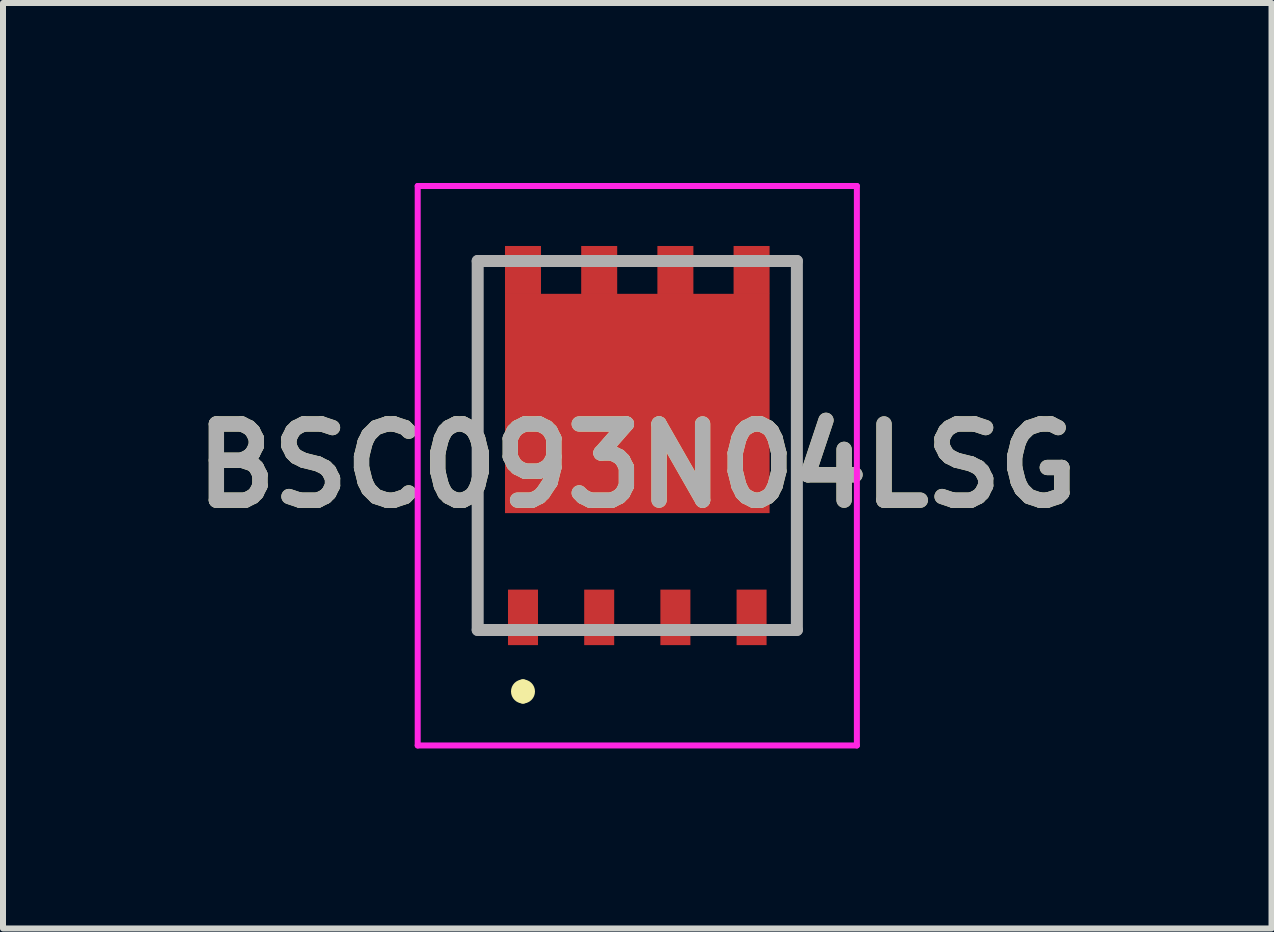
<source format=kicad_pcb>
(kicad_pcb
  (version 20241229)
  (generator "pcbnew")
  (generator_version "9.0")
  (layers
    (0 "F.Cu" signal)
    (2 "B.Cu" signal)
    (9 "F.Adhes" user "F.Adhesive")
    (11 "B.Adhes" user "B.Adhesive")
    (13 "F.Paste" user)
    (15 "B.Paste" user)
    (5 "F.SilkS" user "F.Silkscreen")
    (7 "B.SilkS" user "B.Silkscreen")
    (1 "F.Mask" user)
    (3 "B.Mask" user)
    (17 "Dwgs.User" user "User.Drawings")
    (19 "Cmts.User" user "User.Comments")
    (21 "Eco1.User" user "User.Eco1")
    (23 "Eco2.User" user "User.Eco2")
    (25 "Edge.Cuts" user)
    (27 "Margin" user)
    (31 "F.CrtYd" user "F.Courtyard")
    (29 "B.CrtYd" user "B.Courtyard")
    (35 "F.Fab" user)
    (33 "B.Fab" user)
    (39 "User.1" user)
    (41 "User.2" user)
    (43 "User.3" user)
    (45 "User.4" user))
  (footprint "BSC093N04LSG"
    (layer "F.Cu")
    (at 7.572 4.375)
    (property "Reference" "BSC093N04LSG" (at 0 0.337 0) (layer "F.SilkS") (effects (font (size 1.27 1.27) (thickness 0.254))))
    (attr smd)
    (fp_line (start -2.66 -3.075) (end -2.66 3.075) (stroke (width 0.1) (type solid)) (layer "F.SilkS"))
    (fp_line (start -1.905 4) (end -1.905 4) (stroke (width 0.2) (type solid)) (layer "F.SilkS"))
    (fp_line (start -1.905 4.2) (end -1.905 4.2) (stroke (width 0.2) (type solid)) (layer "F.SilkS"))
    (fp_line (start 2.66 -3.075) (end 2.66 3.075) (stroke (width 0.1) (type solid)) (layer "F.SilkS"))
    (fp_arc (start -1.905 4) (mid -1.805 4.1) (end -1.905 4.2) (stroke (width 0.2) (type solid)) (layer "F.SilkS"))
    (fp_arc (start -1.905 4.2) (mid -2.005 4.1) (end -1.905 4) (stroke (width 0.2) (type solid)) (layer "F.SilkS"))
    (fp_line (start -3.66 -4.325) (end 3.66 -4.325) (stroke (width 0.1) (type solid)) (layer "F.CrtYd"))
    (fp_line (start -3.66 5) (end -3.66 -4.325) (stroke (width 0.1) (type solid)) (layer "F.CrtYd"))
    (fp_line (start 3.66 -4.325) (end 3.66 5) (stroke (width 0.1) (type solid)) (layer "F.CrtYd"))
    (fp_line (start 3.66 5) (end -3.66 5) (stroke (width 0.1) (type solid)) (layer "F.CrtYd"))
    (fp_line (start -2.66 -3.075) (end 2.66 -3.075) (stroke (width 0.2) (type solid)) (layer "F.Fab"))
    (fp_line (start -2.66 3.075) (end -2.66 -3.075) (stroke (width 0.2) (type solid)) (layer "F.Fab"))
    (fp_line (start 2.66 -3.075) (end 2.66 3.075) (stroke (width 0.2) (type solid)) (layer "F.Fab"))
    (fp_line (start 2.66 3.075) (end -2.66 3.075) (stroke (width 0.2) (type solid)) (layer "F.Fab"))
    (fp_text user "${REFERENCE}" (at 0 0.337 0) (layer "F.Fab") (effects (font (size 1.27 1.27) (thickness 0.254))))
    (pad "1" smd rect (at -1.905 2.865) (size 0.5 0.925) (layers "F.Cu" "F.Mask" "F.Paste"))
    (pad "2" smd rect (at -0.635 2.865) (size 0.5 0.925) (layers "F.Cu" "F.Mask" "F.Paste"))
    (pad "3" smd rect (at 0.635 2.865) (size 0.5 0.925) (layers "F.Cu" "F.Mask" "F.Paste"))
    (pad "4" smd rect (at 1.905 2.865) (size 0.5 0.925) (layers "F.Cu" "F.Mask" "F.Paste"))
    (pad "5" smd rect (at 1.905 -2.925) (size 0.6 0.8) (layers "F.Cu" "F.Mask" "F.Paste"))
    (pad "6" smd rect (at 0.635 -2.925) (size 0.6 0.8) (layers "F.Cu" "F.Mask" "F.Paste"))
    (pad "7" smd rect (at -0.635 -2.925) (size 0.6 0.8) (layers "F.Cu" "F.Mask" "F.Paste"))
    (pad "8" smd rect (at -1.905 -2.925) (size 0.6 0.8) (layers "F.Cu" "F.Mask" "F.Paste"))
    (pad "9" smd rect (at 0 -0.7 90) (size 3.655 4.41) (layers "F.Cu" "F.Mask" "F.Paste")))
  (gr_rect
    (start -3 -3)
    (end 18.143 12.425)
    (stroke (width 0.1) (type default))
    (fill no)
    (layer "Edge.Cuts")))
</source>
